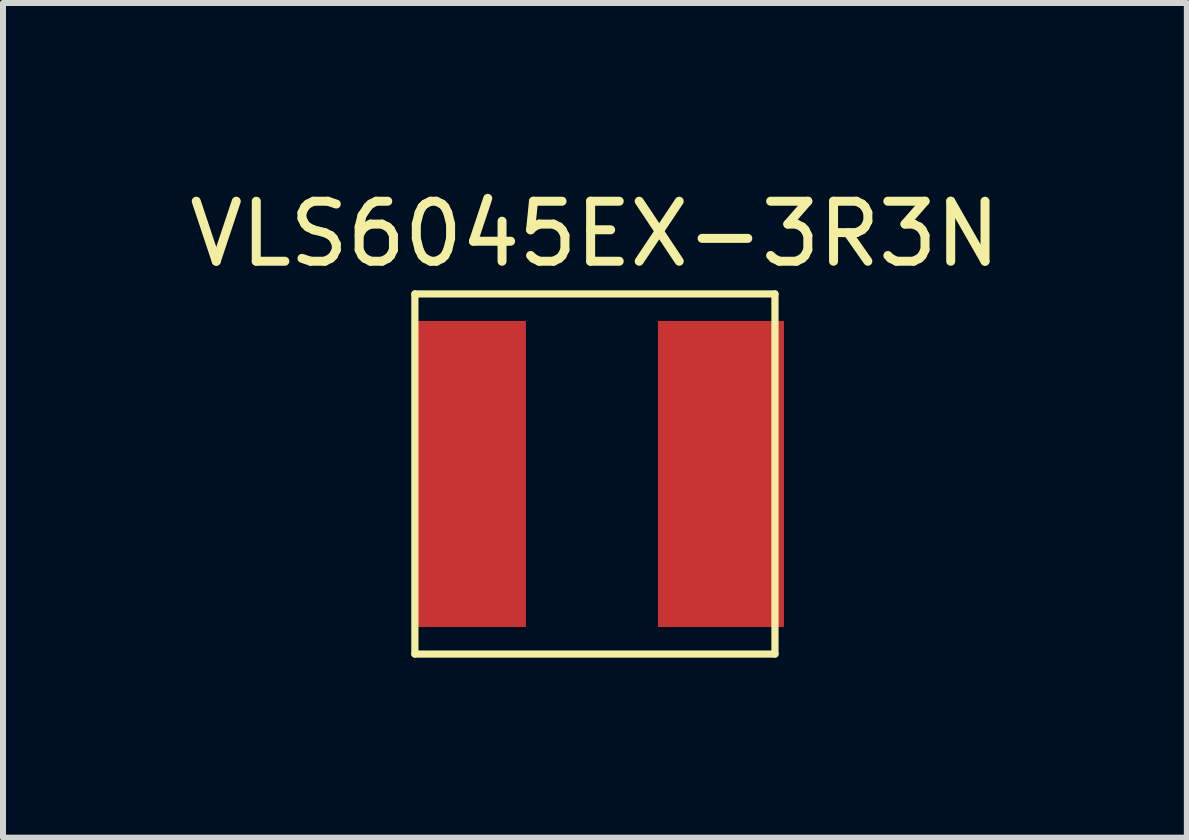
<source format=kicad_pcb>
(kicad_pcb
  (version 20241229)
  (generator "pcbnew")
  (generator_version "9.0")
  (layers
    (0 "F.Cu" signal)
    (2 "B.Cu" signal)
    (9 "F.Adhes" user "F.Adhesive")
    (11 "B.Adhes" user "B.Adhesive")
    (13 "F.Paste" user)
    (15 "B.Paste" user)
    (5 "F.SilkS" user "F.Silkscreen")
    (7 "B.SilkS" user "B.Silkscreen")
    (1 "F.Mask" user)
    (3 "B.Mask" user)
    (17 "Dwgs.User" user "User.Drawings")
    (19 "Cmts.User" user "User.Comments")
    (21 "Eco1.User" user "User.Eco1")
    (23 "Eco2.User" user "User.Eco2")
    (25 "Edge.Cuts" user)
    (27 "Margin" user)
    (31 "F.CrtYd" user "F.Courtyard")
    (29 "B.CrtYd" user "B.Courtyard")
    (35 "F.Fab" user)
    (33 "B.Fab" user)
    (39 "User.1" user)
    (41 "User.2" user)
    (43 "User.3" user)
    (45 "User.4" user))
  (footprint "VLS6045EX-3R3N"
    (layer "F.Cu")
    (at 6.863 4.848)
    (property "Reference" "VLS6045EX-3R3N" (at 0 -4 0) (layer "F.SilkS") (effects (font (size 1 1) (thickness 0.15))))
    (attr through_hole)
    (fp_line (start -3 -3) (end 3 -3) (stroke (width 0.12) (type solid)) (layer "F.SilkS"))
    (fp_line (start -3 3) (end -3 -3) (stroke (width 0.12) (type solid)) (layer "F.SilkS"))
    (fp_line (start 3 -3) (end 3 3) (stroke (width 0.12) (type solid)) (layer "F.SilkS"))
    (fp_line (start 3 3) (end -3 3) (stroke (width 0.12) (type solid)) (layer "F.SilkS"))
    (pad "1" smd rect (at -2.1 0) (size 1.9 5.1) (layers "F.Cu" "F.Mask" "F.Paste"))
    (pad "2" smd rect (at 2.1 0) (size 2.1 5.1) (layers "F.Cu" "F.Mask" "F.Paste")))
  (gr_rect
    (start -3 -3)
    (end 16.726 10.908)
    (stroke (width 0.1) (type default))
    (fill no)
    (layer "Edge.Cuts")))
</source>
